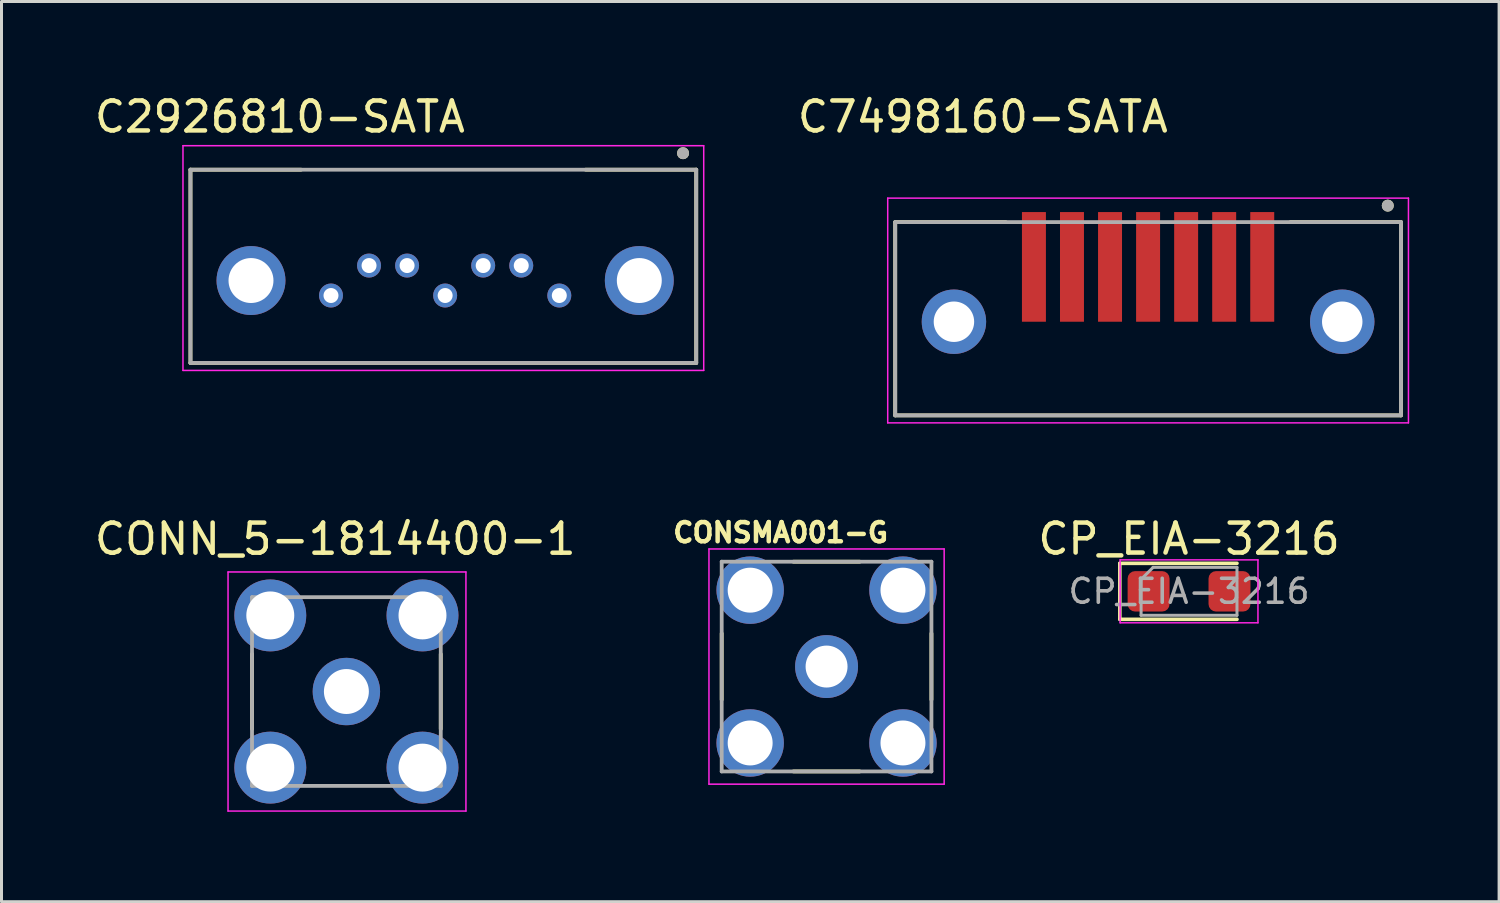
<source format=kicad_pcb>
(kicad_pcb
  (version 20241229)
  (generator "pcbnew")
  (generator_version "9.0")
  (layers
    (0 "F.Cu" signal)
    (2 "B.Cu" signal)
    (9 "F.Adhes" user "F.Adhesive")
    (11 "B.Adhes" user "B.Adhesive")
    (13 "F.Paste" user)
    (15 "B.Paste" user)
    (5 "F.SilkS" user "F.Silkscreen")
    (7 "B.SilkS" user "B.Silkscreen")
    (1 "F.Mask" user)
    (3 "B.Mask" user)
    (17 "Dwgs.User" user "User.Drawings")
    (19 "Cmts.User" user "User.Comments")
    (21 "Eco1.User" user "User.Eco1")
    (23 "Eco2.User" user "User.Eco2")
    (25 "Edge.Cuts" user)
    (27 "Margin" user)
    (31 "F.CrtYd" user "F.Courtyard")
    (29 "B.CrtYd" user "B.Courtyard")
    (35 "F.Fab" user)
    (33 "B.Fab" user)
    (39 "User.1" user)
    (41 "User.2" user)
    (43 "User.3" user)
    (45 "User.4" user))
  (footprint "CONN_5-1814400-1"
    (layer "F.Cu")
    (at 8.511 20.03)
    (property "Reference" "CONN_5-1814400-1" (at -0.372 -5.091 0) (layer "F.SilkS") (effects (font (size 1.005 1.005) (thickness 0.15))))
    (attr through_hole)
    (fp_line (start -3.15 -1.25) (end -3.15 1.25) (stroke (width 0.127) (type solid)) (layer "F.SilkS"))
    (fp_line (start 3.15 -1.25) (end 3.15 1.25) (stroke (width 0.127) (type solid)) (layer "F.SilkS"))
    (fp_line (start -3.95 -3.99) (end 3.99 -3.99) (stroke (width 0.05) (type solid)) (layer "F.CrtYd"))
    (fp_line (start -3.95 3.99) (end -3.95 -3.99) (stroke (width 0.05) (type solid)) (layer "F.CrtYd"))
    (fp_line (start 3.99 -3.99) (end 3.99 3.99) (stroke (width 0.05) (type solid)) (layer "F.CrtYd"))
    (fp_line (start 3.99 3.99) (end -3.95 3.99) (stroke (width 0.05) (type solid)) (layer "F.CrtYd"))
    (fp_line (start -3.15 -3.15) (end 3.15 -3.15) (stroke (width 0.127) (type solid)) (layer "F.Fab"))
    (fp_line (start -3.15 3.15) (end -3.15 -3.15) (stroke (width 0.127) (type solid)) (layer "F.Fab"))
    (fp_line (start 3.15 -3.15) (end 3.15 3.15) (stroke (width 0.127) (type solid)) (layer "F.Fab"))
    (fp_line (start 3.15 3.15) (end -3.15 3.15) (stroke (width 0.127) (type solid)) (layer "F.Fab"))
    (pad "1" thru_hole circle (at 2.54 -2.54) (size 2.4 2.4) (drill 1.6) (layers "*.Cu" "*.Mask"))
    (pad "2" thru_hole circle (at -2.54 -2.54) (size 2.4 2.4) (drill 1.6) (layers "*.Cu" "*.Mask"))
    (pad "3" thru_hole circle (at -2.54 2.54) (size 2.4 2.4) (drill 1.6) (layers "*.Cu" "*.Mask"))
    (pad "4" thru_hole circle (at 2.54 2.54) (size 2.4 2.4) (drill 1.6) (layers "*.Cu" "*.Mask"))
    (pad "5" thru_hole circle (at 0 0) (size 2.25 2.25) (drill 1.5) (layers "*.Cu" "*.Mask")))
  (footprint "C2926810-SATA"
    (layer "F.Cu")
    (at 11.807 6.313)
    (property "Reference" "C2926810-SATA" (at -5.515 -5.465 0) (layer "F.SilkS") (effects (font (size 1 1) (thickness 0.15))))
    (attr smd)
    (fp_line (start -8.5 -3.7) (end -4.81 -3.7) (stroke (width 0.127) (type solid)) (layer "F.SilkS"))
    (fp_line (start -8.5 2.75) (end -8.5 -3.7) (stroke (width 0.127) (type solid)) (layer "F.SilkS"))
    (fp_line (start 4.69 -3.7) (end 8.38 -3.7) (stroke (width 0.127) (type solid)) (layer "F.SilkS"))
    (fp_line (start 8.38 -3.7) (end 8.38 2.75) (stroke (width 0.127) (type solid)) (layer "F.SilkS"))
    (fp_line (start 8.38 2.75) (end -8.5 2.75) (stroke (width 0.127) (type solid)) (layer "F.SilkS"))
    (fp_circle (center 7.94 -4.25) (end 8.04 -4.25) (stroke (width 0.2) (type solid)) (fill no) (layer "F.SilkS"))
    (fp_line (start -8.75 -4.5) (end -8.75 3) (stroke (width 0.05) (type solid)) (layer "F.CrtYd"))
    (fp_line (start -8.75 3) (end 8.63 3) (stroke (width 0.05) (type solid)) (layer "F.CrtYd"))
    (fp_line (start 8.63 -4.5) (end -8.75 -4.5) (stroke (width 0.05) (type solid)) (layer "F.CrtYd"))
    (fp_line (start 8.63 3) (end 8.63 -4.5) (stroke (width 0.05) (type solid)) (layer "F.CrtYd"))
    (fp_line (start -8.5 -3.7) (end 8.38 -3.7) (stroke (width 0.127) (type solid)) (layer "F.Fab"))
    (fp_line (start -8.5 2.75) (end -8.5 -3.7) (stroke (width 0.127) (type solid)) (layer "F.Fab"))
    (fp_line (start 8.38 -3.7) (end 8.38 2.75) (stroke (width 0.127) (type solid)) (layer "F.Fab"))
    (fp_line (start 8.38 2.75) (end -8.5 2.75) (stroke (width 0.127) (type solid)) (layer "F.Fab"))
    (fp_circle (center 7.94 -4.25) (end 8.04 -4.25) (stroke (width 0.2) (type solid)) (fill no) (layer "F.Fab"))
    (pad "S1" thru_hole circle (at 3.81 0.5) (size 0.8 0.8) (drill 0.5) (layers "*.Cu" "*.Mask"))
    (pad "S2" thru_hole circle (at 2.54 -0.5) (size 0.8 0.8) (drill 0.5) (layers "*.Cu" "*.Mask"))
    (pad "S3" thru_hole circle (at 1.27 -0.5) (size 0.8 0.8) (drill 0.5) (layers "*.Cu" "*.Mask"))
    (pad "S4" thru_hole circle (at 0 0.5) (size 0.8 0.8) (drill 0.5) (layers "*.Cu" "*.Mask"))
    (pad "S5" thru_hole circle (at -1.27 -0.5) (size 0.8 0.8) (drill 0.5) (layers "*.Cu" "*.Mask"))
    (pad "S6" thru_hole circle (at -2.54 -0.5) (size 0.8 0.8) (drill 0.5) (layers "*.Cu" "*.Mask"))
    (pad "S7" thru_hole circle (at -3.81 0.5) (size 0.8 0.8) (drill 0.5) (layers "*.Cu" "*.Mask"))
    (pad "SH1" thru_hole circle (at 6.48 0) (size 2.3 2.3) (drill 1.5) (layers "*.Cu" "*.Mask"))
    (pad "SH2" thru_hole circle (at -6.48 0) (size 2.3 2.3) (drill 1.5) (layers "*.Cu" "*.Mask")))
  (footprint "CONSMA001-G"
    (layer "F.Cu")
    (at 24.537 19.197)
    (property "Reference" "CONSMA001-G" (at -1.533 -4.471 0) (layer "F.SilkS") (effects (font (size 0.64 0.64) (thickness 0.15))))
    (attr through_hole)
    (fp_line (start -3.5 -1.105) (end -3.5 1.105) (stroke (width 0.127) (type solid)) (layer "F.SilkS"))
    (fp_line (start 1.105 -3.5) (end -1.105 -3.5) (stroke (width 0.127) (type solid)) (layer "F.SilkS"))
    (fp_line (start 1.105 3.5) (end -1.105 3.5) (stroke (width 0.127) (type solid)) (layer "F.SilkS"))
    (fp_line (start 3.5 -1.105) (end 3.5 1.105) (stroke (width 0.127) (type solid)) (layer "F.SilkS"))
    (fp_line (start -3.925 -3.925) (end -3.925 3.925) (stroke (width 0.05) (type solid)) (layer "F.CrtYd"))
    (fp_line (start -3.925 3.925) (end 3.925 3.925) (stroke (width 0.05) (type solid)) (layer "F.CrtYd"))
    (fp_line (start 3.925 -3.925) (end -3.925 -3.925) (stroke (width 0.05) (type solid)) (layer "F.CrtYd"))
    (fp_line (start 3.925 3.925) (end 3.925 -3.925) (stroke (width 0.05) (type solid)) (layer "F.CrtYd"))
    (fp_line (start -3.5 -3.5) (end -3.5 3.5) (stroke (width 0.127) (type solid)) (layer "F.Fab"))
    (fp_line (start -3.5 3.5) (end 3.5 3.5) (stroke (width 0.127) (type solid)) (layer "F.Fab"))
    (fp_line (start 3.5 -3.5) (end -3.5 -3.5) (stroke (width 0.127) (type solid)) (layer "F.Fab"))
    (fp_line (start 3.5 3.5) (end 3.5 -3.5) (stroke (width 0.127) (type solid)) (layer "F.Fab"))
    (pad "1" thru_hole circle (at 0 0) (size 2.1 2.1) (drill 1.4) (layers "*.Cu" "*.Mask"))
    (pad "S1" thru_hole circle (at -2.55 -2.55) (size 2.25 2.25) (drill 1.5) (layers "*.Cu" "*.Mask"))
    (pad "S2" thru_hole circle (at -2.55 2.55) (size 2.25 2.25) (drill 1.5) (layers "*.Cu" "*.Mask"))
    (pad "S3" thru_hole circle (at 2.55 2.55) (size 2.25 2.25) (drill 1.5) (layers "*.Cu" "*.Mask"))
    (pad "S4" thru_hole circle (at 2.55 -2.55) (size 2.25 2.25) (drill 1.5) (layers "*.Cu" "*.Mask")))
  (footprint "C7498160-SATA"
    (layer "F.Cu")
    (at 35.268 6.313)
    (property "Reference" "C7498160-SATA" (at -5.515 -5.465 0) (layer "F.SilkS") (effects (font (size 1 1) (thickness 0.15))))
    (attr smd)
    (fp_line (start -8.44 -1.95) (end -4.75 -1.95) (stroke (width 0.127) (type solid)) (layer "F.SilkS"))
    (fp_line (start -8.44 4.5) (end -8.44 -1.95) (stroke (width 0.127) (type solid)) (layer "F.SilkS"))
    (fp_line (start 4.75 -1.95) (end 8.44 -1.95) (stroke (width 0.127) (type solid)) (layer "F.SilkS"))
    (fp_line (start 8.44 -1.95) (end 8.44 4.5) (stroke (width 0.127) (type solid)) (layer "F.SilkS"))
    (fp_line (start 8.44 4.5) (end -8.44 4.5) (stroke (width 0.127) (type solid)) (layer "F.SilkS"))
    (fp_circle (center 8 -2.5) (end 8.1 -2.5) (stroke (width 0.2) (type solid)) (fill no) (layer "F.SilkS"))
    (fp_line (start -8.69 -2.75) (end -8.69 4.75) (stroke (width 0.05) (type solid)) (layer "F.CrtYd"))
    (fp_line (start -8.69 4.75) (end 8.69 4.75) (stroke (width 0.05) (type solid)) (layer "F.CrtYd"))
    (fp_line (start 8.69 -2.75) (end -8.69 -2.75) (stroke (width 0.05) (type solid)) (layer "F.CrtYd"))
    (fp_line (start 8.69 4.75) (end 8.69 -2.75) (stroke (width 0.05) (type solid)) (layer "F.CrtYd"))
    (fp_line (start -8.44 -1.95) (end 8.44 -1.95) (stroke (width 0.127) (type solid)) (layer "F.Fab"))
    (fp_line (start -8.44 4.5) (end -8.44 -1.95) (stroke (width 0.127) (type solid)) (layer "F.Fab"))
    (fp_line (start 8.44 -1.95) (end 8.44 4.5) (stroke (width 0.127) (type solid)) (layer "F.Fab"))
    (fp_line (start 8.44 4.5) (end -8.44 4.5) (stroke (width 0.127) (type solid)) (layer "F.Fab"))
    (fp_circle (center 8 -2.5) (end 8.1 -2.5) (stroke (width 0.2) (type solid)) (fill no) (layer "F.Fab"))
    (pad "S1" smd rect (at 3.81 -0.455) (size 0.8 3.66) (layers "F.Cu" "F.Mask" "F.Paste"))
    (pad "S2" smd rect (at 2.54 -0.455) (size 0.8 3.66) (layers "F.Cu" "F.Mask" "F.Paste"))
    (pad "S3" smd rect (at 1.27 -0.455) (size 0.8 3.66) (layers "F.Cu" "F.Mask" "F.Paste"))
    (pad "S4" smd rect (at 0 -0.455) (size 0.8 3.66) (layers "F.Cu" "F.Mask" "F.Paste"))
    (pad "S5" smd rect (at -1.27 -0.455) (size 0.8 3.66) (layers "F.Cu" "F.Mask" "F.Paste"))
    (pad "S6" smd rect (at -2.54 -0.455) (size 0.8 3.66) (layers "F.Cu" "F.Mask" "F.Paste"))
    (pad "S7" smd rect (at -3.81 -0.455) (size 0.8 3.66) (layers "F.Cu" "F.Mask" "F.Paste"))
    (pad "SH1" thru_hole circle (at 6.48 1.375) (size 2.15 2.15) (drill 1.35) (layers "*.Cu" "*.Mask"))
    (pad "SH2" thru_hole circle (at -6.48 1.375) (size 2.15 2.15) (drill 1.35) (layers "*.Cu" "*.Mask")))
  (footprint "CP_EIA-3216"
    (layer "F.Cu")
    (at 36.635 16.686)
    (property "Reference" "CP_EIA-3216" (at 0 -1.75 0) (layer "F.SilkS") (effects (font (size 1 1) (thickness 0.15))))
    (attr smd)
    (fp_line (start -2.31 -0.935) (end -2.31 0.935) (stroke (width 0.12) (type solid)) (layer "F.SilkS"))
    (fp_line (start -2.31 0.935) (end 1.6 0.935) (stroke (width 0.12) (type solid)) (layer "F.SilkS"))
    (fp_line (start 1.6 -0.935) (end -2.31 -0.935) (stroke (width 0.12) (type solid)) (layer "F.SilkS"))
    (fp_line (start -2.3 -1.05) (end 2.3 -1.05) (stroke (width 0.05) (type solid)) (layer "F.CrtYd"))
    (fp_line (start -2.3 1.05) (end -2.3 -1.05) (stroke (width 0.05) (type solid)) (layer "F.CrtYd"))
    (fp_line (start 2.3 -1.05) (end 2.3 1.05) (stroke (width 0.05) (type solid)) (layer "F.CrtYd"))
    (fp_line (start 2.3 1.05) (end -2.3 1.05) (stroke (width 0.05) (type solid)) (layer "F.CrtYd"))
    (fp_line (start -1.6 -0.4) (end -1.6 0.8) (stroke (width 0.1) (type solid)) (layer "F.Fab"))
    (fp_line (start -1.6 0.8) (end 1.6 0.8) (stroke (width 0.1) (type solid)) (layer "F.Fab"))
    (fp_line (start -1.2 -0.8) (end -1.6 -0.4) (stroke (width 0.1) (type solid)) (layer "F.Fab"))
    (fp_line (start 1.6 -0.8) (end -1.2 -0.8) (stroke (width 0.1) (type solid)) (layer "F.Fab"))
    (fp_line (start 1.6 0.8) (end 1.6 -0.8) (stroke (width 0.1) (type solid)) (layer "F.Fab"))
    (fp_text user "${REFERENCE}" (at 0 0 0) (layer "F.Fab") (effects (font (size 0.8 0.8) (thickness 0.12))))
    (pad "1" smd roundrect (at -1.35 0) (size 1.4 1.35) (layers "F.Cu" "F.Mask" "F.Paste") (roundrect_rratio 0.185))
    (pad "2" smd roundrect (at 1.35 0) (size 1.4 1.35) (layers "F.Cu" "F.Mask" "F.Paste") (roundrect_rratio 0.185)))
  (gr_rect
    (start -3 -3)
    (end 46.983 27.045)
    (stroke (width 0.1) (type default))
    (fill no)
    (layer "Edge.Cuts")))
</source>
